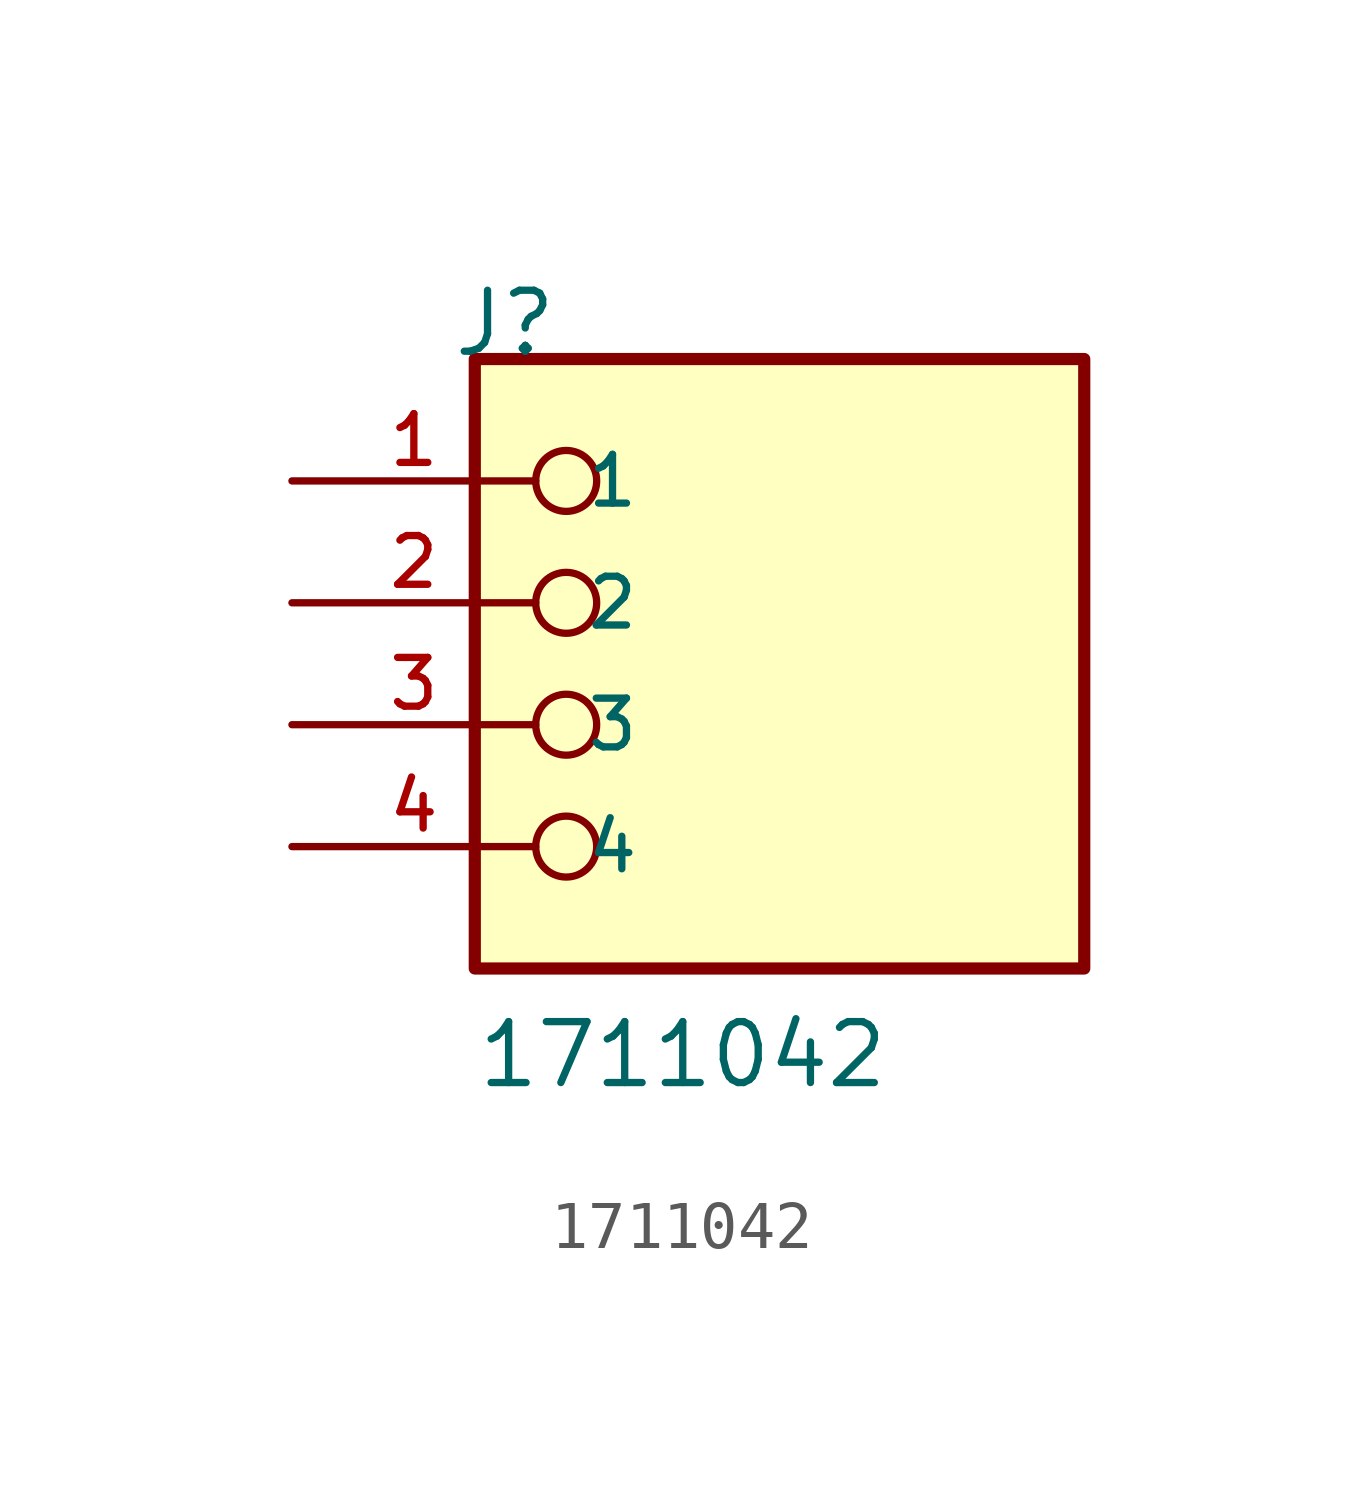
<source format=kicad_sym>
(kicad_symbol_lib
  (version 20211014)
  (generator kicad_symbol_editor)
  (symbol "1711042"
    (pin_names
      (offset 1.016))
    (property "Reference" "J"
      (at -6.85 7.62 0)
      (effects (font (size 1.27 1.27)) (justify bottom left)))
    (property "Value" "1711042"
      (at -6.35 -7.62 0)
      (effects (font (size 1.27 1.27)) (justify bottom left)))
    (symbol "1711042_0_0"
      (circle (center -4.445 5.08) (radius 0.635) (stroke (width 0.152)) (fill (type none)))
      (circle (center -4.445 2.54) (radius 0.635) (stroke (width 0.152)) (fill (type none)))
      (circle (center -4.445 0.0) (radius 0.635) (stroke (width 0.152)) (fill (type none)))
      (circle (center -4.445 -2.54) (radius 0.635) (stroke (width 0.152)) (fill (type none)))
      (rectangle (start -6.35 -5.08) (end 6.35 7.62) (stroke (width 0.254)) (fill (type background)))
      (pin passive line (at -10.16 5.08 0) (length 5.08) (name "1" (effects (font (size 1.016 1.016)))) (number "1" (effects (font (size 1.016 1.016)))))
      (pin passive line (at -10.16 2.54 0) (length 5.08) (name "2" (effects (font (size 1.016 1.016)))) (number "2" (effects (font (size 1.016 1.016)))))
      (pin passive line (at -10.16 0.0 0) (length 5.08) (name "3" (effects (font (size 1.016 1.016)))) (number "3" (effects (font (size 1.016 1.016)))))
      (pin passive line (at -10.16 -2.54 0) (length 5.08) (name "4" (effects (font (size 1.016 1.016)))) (number "4" (effects (font (size 1.016 1.016))))))))
</source>
